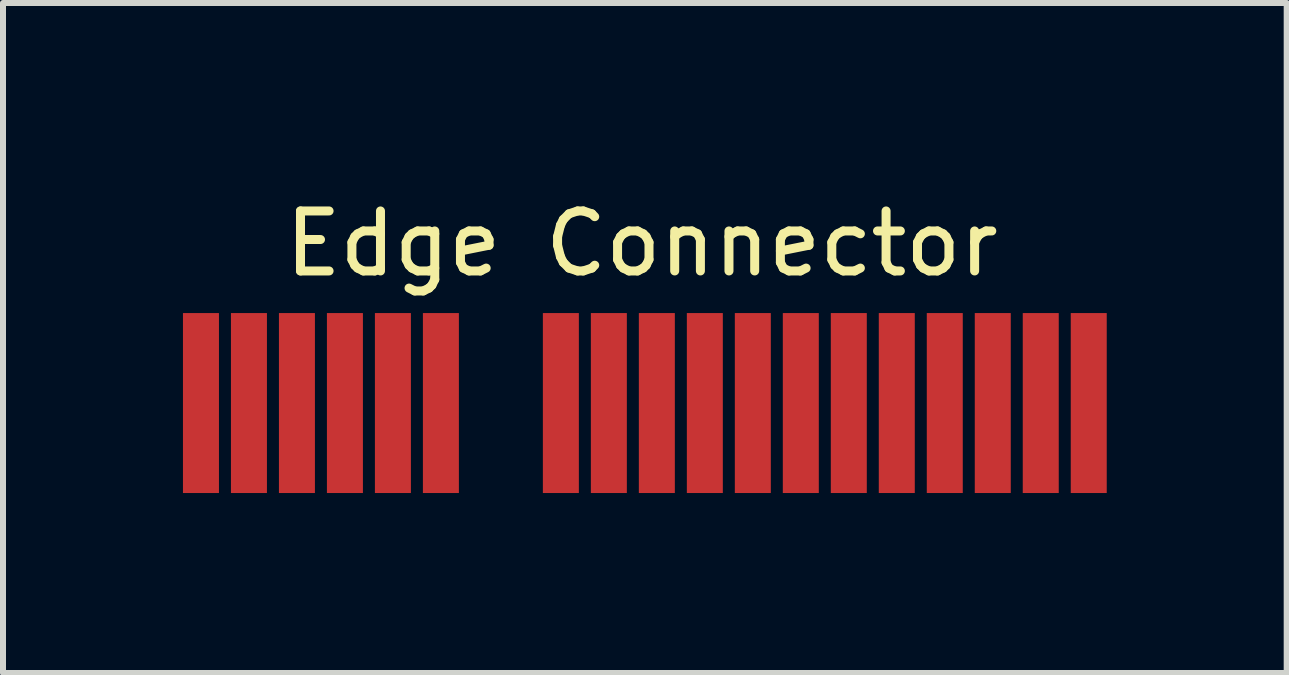
<source format=kicad_pcb>
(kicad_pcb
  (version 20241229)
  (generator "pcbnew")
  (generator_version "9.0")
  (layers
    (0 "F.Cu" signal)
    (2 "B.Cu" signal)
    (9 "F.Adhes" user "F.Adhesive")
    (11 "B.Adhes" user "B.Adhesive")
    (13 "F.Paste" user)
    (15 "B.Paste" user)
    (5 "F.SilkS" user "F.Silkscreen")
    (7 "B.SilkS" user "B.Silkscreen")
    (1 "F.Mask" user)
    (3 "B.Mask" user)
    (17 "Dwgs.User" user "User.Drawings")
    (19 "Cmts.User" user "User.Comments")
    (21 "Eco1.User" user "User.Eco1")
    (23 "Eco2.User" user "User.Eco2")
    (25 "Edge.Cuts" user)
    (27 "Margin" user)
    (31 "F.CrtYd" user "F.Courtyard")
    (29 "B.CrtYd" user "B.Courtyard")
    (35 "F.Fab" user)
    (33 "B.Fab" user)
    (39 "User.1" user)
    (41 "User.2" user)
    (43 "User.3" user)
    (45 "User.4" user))
  (footprint "Edge Connector"
    (layer "F.Cu")
    (at 7.65 0.25)
    (property "Reference" "Edge Connector" (at 0 0.762 0) (layer "F.SilkS") (effects (font (size 1 1) (thickness 0.15))))
    (attr through_hole)
    (pad "1" connect rect (at 7.45 3.419) (size 0.6 3) (layers "F.Cu" "F.Mask"))
    (pad "2" connect rect (at 6.65 3.419) (size 0.6 3) (layers "F.Cu" "F.Mask"))
    (pad "3" connect rect (at 5.85 3.419) (size 0.6 3) (layers "F.Cu" "F.Mask"))
    (pad "4" connect rect (at 5.05 3.419) (size 0.6 3) (layers "F.Cu" "F.Mask"))
    (pad "5" connect rect (at 4.25 3.419) (size 0.6 3) (layers "F.Cu" "F.Mask"))
    (pad "6" connect rect (at 3.45 3.419) (size 0.6 3) (layers "F.Cu" "F.Mask"))
    (pad "7" connect rect (at 2.65 3.419) (size 0.6 3) (layers "F.Cu" "F.Mask"))
    (pad "8" connect rect (at 1.85 3.419) (size 0.6 3) (layers "F.Cu" "F.Mask"))
    (pad "9" connect rect (at 1.05 3.419) (size 0.6 3) (layers "F.Cu" "F.Mask"))
    (pad "10" connect rect (at 0.25 3.419) (size 0.6 3) (layers "F.Cu" "F.Mask"))
    (pad "11" connect rect (at -0.55 3.419) (size 0.6 3) (layers "F.Cu" "F.Mask"))
    (pad "12" connect rect (at -1.35 3.419) (size 0.6 3) (layers "F.Cu" "F.Mask"))
    (pad "13" connect rect (at -3.35 3.419) (size 0.6 3) (layers "F.Cu" "F.Mask"))
    (pad "14" connect rect (at -4.15 3.419) (size 0.6 3) (layers "F.Cu" "F.Mask"))
    (pad "15" connect rect (at -4.95 3.419) (size 0.6 3) (layers "F.Cu" "F.Mask"))
    (pad "16" connect rect (at -5.75 3.419) (size 0.6 3) (layers "F.Cu" "F.Mask"))
    (pad "17" connect rect (at -6.55 3.419) (size 0.6 3) (layers "F.Cu" "F.Mask"))
    (pad "18" connect rect (at -7.35 3.419) (size 0.6 3) (layers "F.Cu" "F.Mask")))
  (gr_rect
    (start -3 -3)
    (end 18.4 8.169)
    (stroke (width 0.1) (type default))
    (fill no)
    (layer "Edge.Cuts")))
</source>
